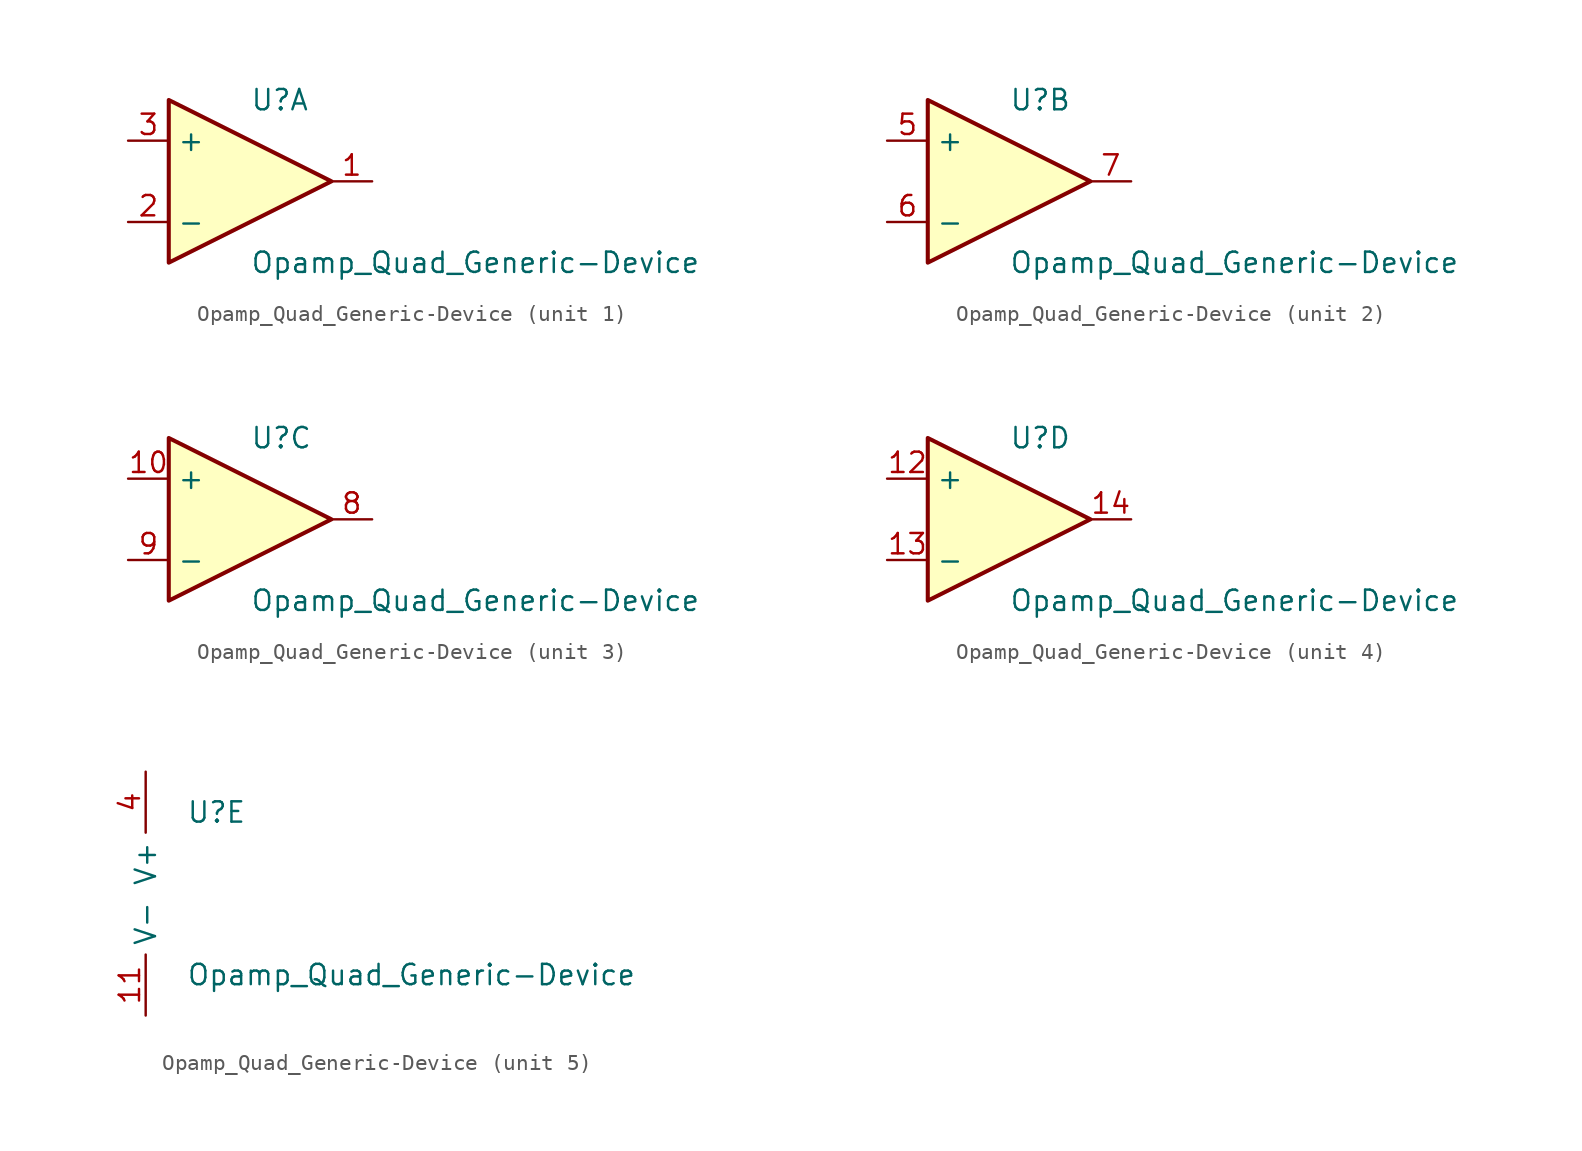
<source format=kicad_sym>
(kicad_symbol_lib
  (version 20211014)
  (generator kicad_symbol_editor)
  (symbol "Opamp_Quad_Generic-Device"
    (property "Reference" "U"
      (at 0 5.08 0)
      (effects (font (size 1.27 1.27)) (justify left)))
    (property "Value" "Opamp_Quad_Generic-Device"
      (at 0 -5.08 0)
      (effects (font (size 1.27 1.27)) (justify left)))
    (property "ki_locked" ""
      (at 0 0 0)
      (effects (font (size 1.27 1.27))))
    (symbol "Opamp_Quad_Generic-Device_1_1"
      (polyline (pts (xy -5.08 5.08) (xy 5.08 0) (xy -5.08 -5.08) (xy -5.08 5.08)) (stroke (width 0.254) (type default) (color 0 0 0 0)) (fill (type background)))
      (pin output line (at 7.62 0 180) (length 2.54) (name "~" (effects (font (size 1.27 1.27)))) (number "1" (effects (font (size 1.27 1.27)))))
      (pin input line (at -7.62 -2.54 0) (length 2.54) (name "-" (effects (font (size 1.27 1.27)))) (number "2" (effects (font (size 1.27 1.27)))))
      (pin input line (at -7.62 2.54 0) (length 2.54) (name "+" (effects (font (size 1.27 1.27)))) (number "3" (effects (font (size 1.27 1.27))))))
    (symbol "Opamp_Quad_Generic-Device_2_1"
      (polyline (pts (xy -5.08 5.08) (xy 5.08 0) (xy -5.08 -5.08) (xy -5.08 5.08)) (stroke (width 0.254) (type default) (color 0 0 0 0)) (fill (type background)))
      (pin input line (at -7.62 2.54 0) (length 2.54) (name "+" (effects (font (size 1.27 1.27)))) (number "5" (effects (font (size 1.27 1.27)))))
      (pin input line (at -7.62 -2.54 0) (length 2.54) (name "-" (effects (font (size 1.27 1.27)))) (number "6" (effects (font (size 1.27 1.27)))))
      (pin output line (at 7.62 0 180) (length 2.54) (name "~" (effects (font (size 1.27 1.27)))) (number "7" (effects (font (size 1.27 1.27))))))
    (symbol "Opamp_Quad_Generic-Device_3_1"
      (polyline (pts (xy -5.08 5.08) (xy 5.08 0) (xy -5.08 -5.08) (xy -5.08 5.08)) (stroke (width 0.254) (type default) (color 0 0 0 0)) (fill (type background)))
      (pin input line (at -7.62 2.54 0) (length 2.54) (name "+" (effects (font (size 1.27 1.27)))) (number "10" (effects (font (size 1.27 1.27)))))
      (pin output line (at 7.62 0 180) (length 2.54) (name "~" (effects (font (size 1.27 1.27)))) (number "8" (effects (font (size 1.27 1.27)))))
      (pin input line (at -7.62 -2.54 0) (length 2.54) (name "-" (effects (font (size 1.27 1.27)))) (number "9" (effects (font (size 1.27 1.27))))))
    (symbol "Opamp_Quad_Generic-Device_4_1"
      (polyline (pts (xy -5.08 5.08) (xy 5.08 0) (xy -5.08 -5.08) (xy -5.08 5.08)) (stroke (width 0.254) (type default) (color 0 0 0 0)) (fill (type background)))
      (pin input line (at -7.62 2.54 0) (length 2.54) (name "+" (effects (font (size 1.27 1.27)))) (number "12" (effects (font (size 1.27 1.27)))))
      (pin input line (at -7.62 -2.54 0) (length 2.54) (name "-" (effects (font (size 1.27 1.27)))) (number "13" (effects (font (size 1.27 1.27)))))
      (pin output line (at 7.62 0 180) (length 2.54) (name "~" (effects (font (size 1.27 1.27)))) (number "14" (effects (font (size 1.27 1.27))))))
    (symbol "Opamp_Quad_Generic-Device_5_1"
      (pin power_in line (at -2.54 -7.62 90) (length 3.81) (name "V-" (effects (font (size 1.27 1.27)))) (number "11" (effects (font (size 1.27 1.27)))))
      (pin power_in line (at -2.54 7.62 270) (length 3.81) (name "V+" (effects (font (size 1.27 1.27)))) (number "4" (effects (font (size 1.27 1.27))))))))
</source>
